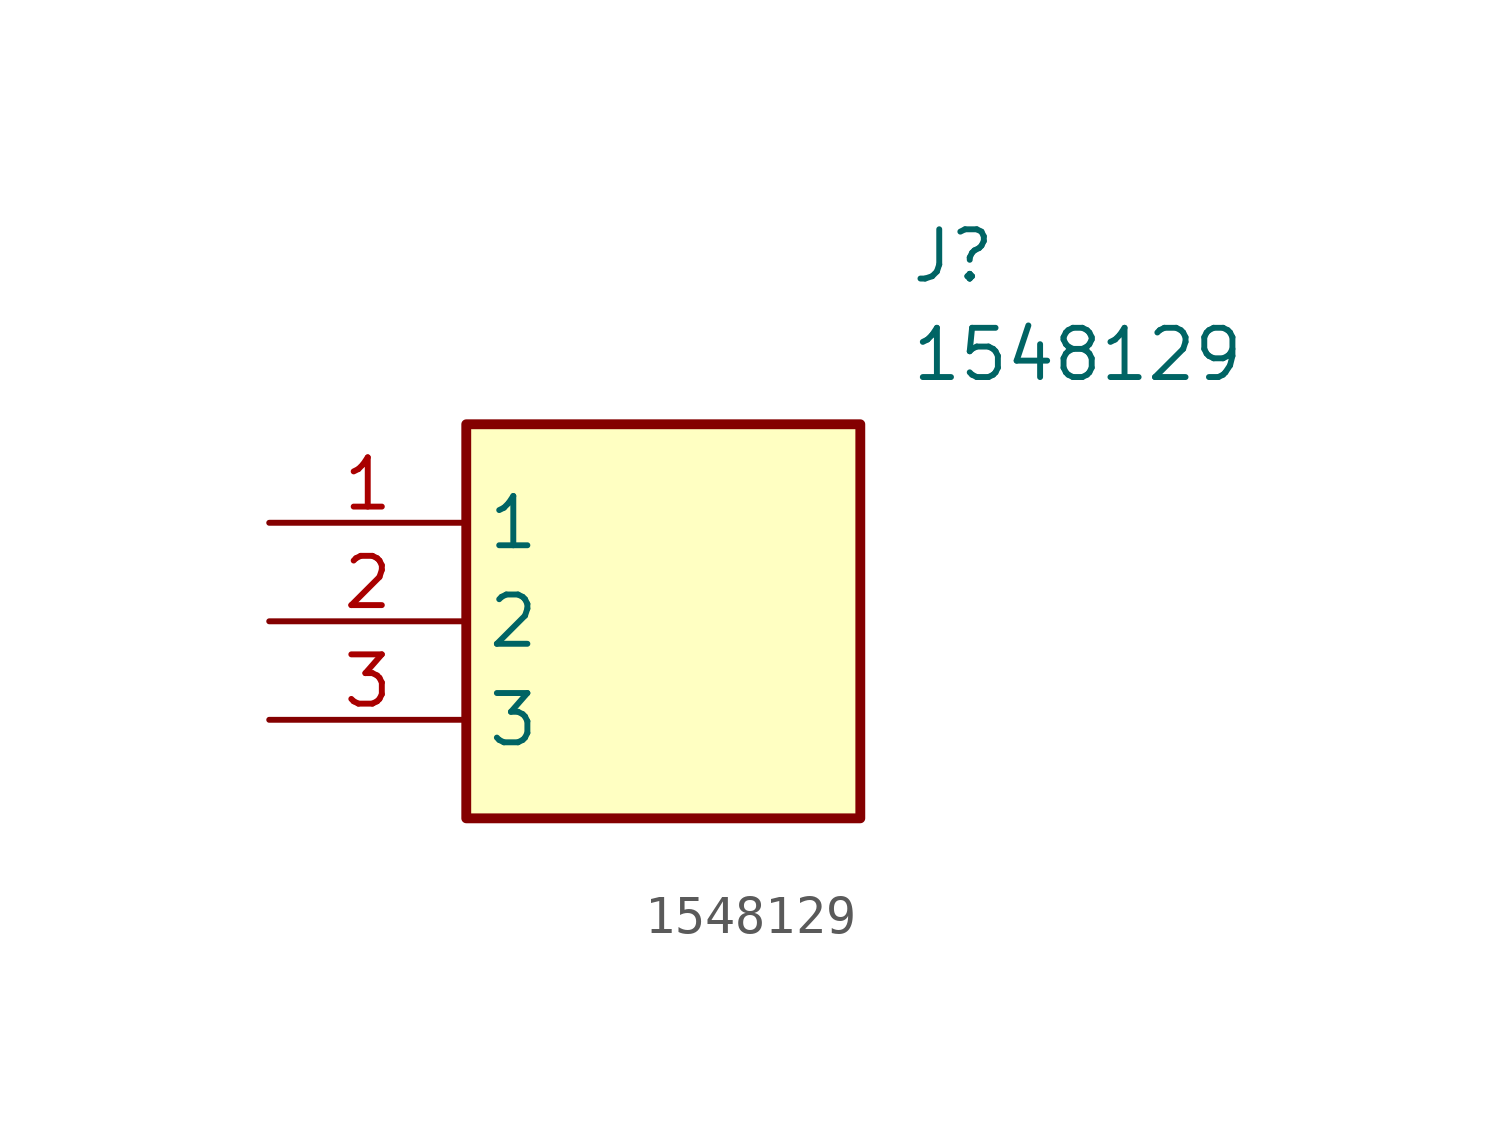
<source format=kicad_sym>
(kicad_symbol_lib
  (version 20211014)
  (generator SamacSys_ECAD_Model)
  (symbol "1548129"
    (property "Reference" "J"
      (at 16.51 7.62 0)
      (effects (font (size 1.27 1.27)) (justify left top)))
    (property "Value" "1548129"
      (at 16.51 5.08 0)
      (effects (font (size 1.27 1.27)) (justify left top)))
    (rectangle
      (start 5.08 2.54)
      (end 15.24 -7.62)
      (stroke (width 0.254) (type default))
      (fill (type background)))
    (pin passive line
      (at 0 0 0)
      (length 5.08)
      (name "1" (effects (font (size 1.27 1.27))))
      (number "1" (effects (font (size 1.27 1.27)))))
    (pin passive line
      (at 0 -2.54 0)
      (length 5.08)
      (name "2" (effects (font (size 1.27 1.27))))
      (number "2" (effects (font (size 1.27 1.27)))))
    (pin passive line
      (at 0 -5.08 0)
      (length 5.08)
      (name "3" (effects (font (size 1.27 1.27))))
      (number "3" (effects (font (size 1.27 1.27)))))))
</source>
